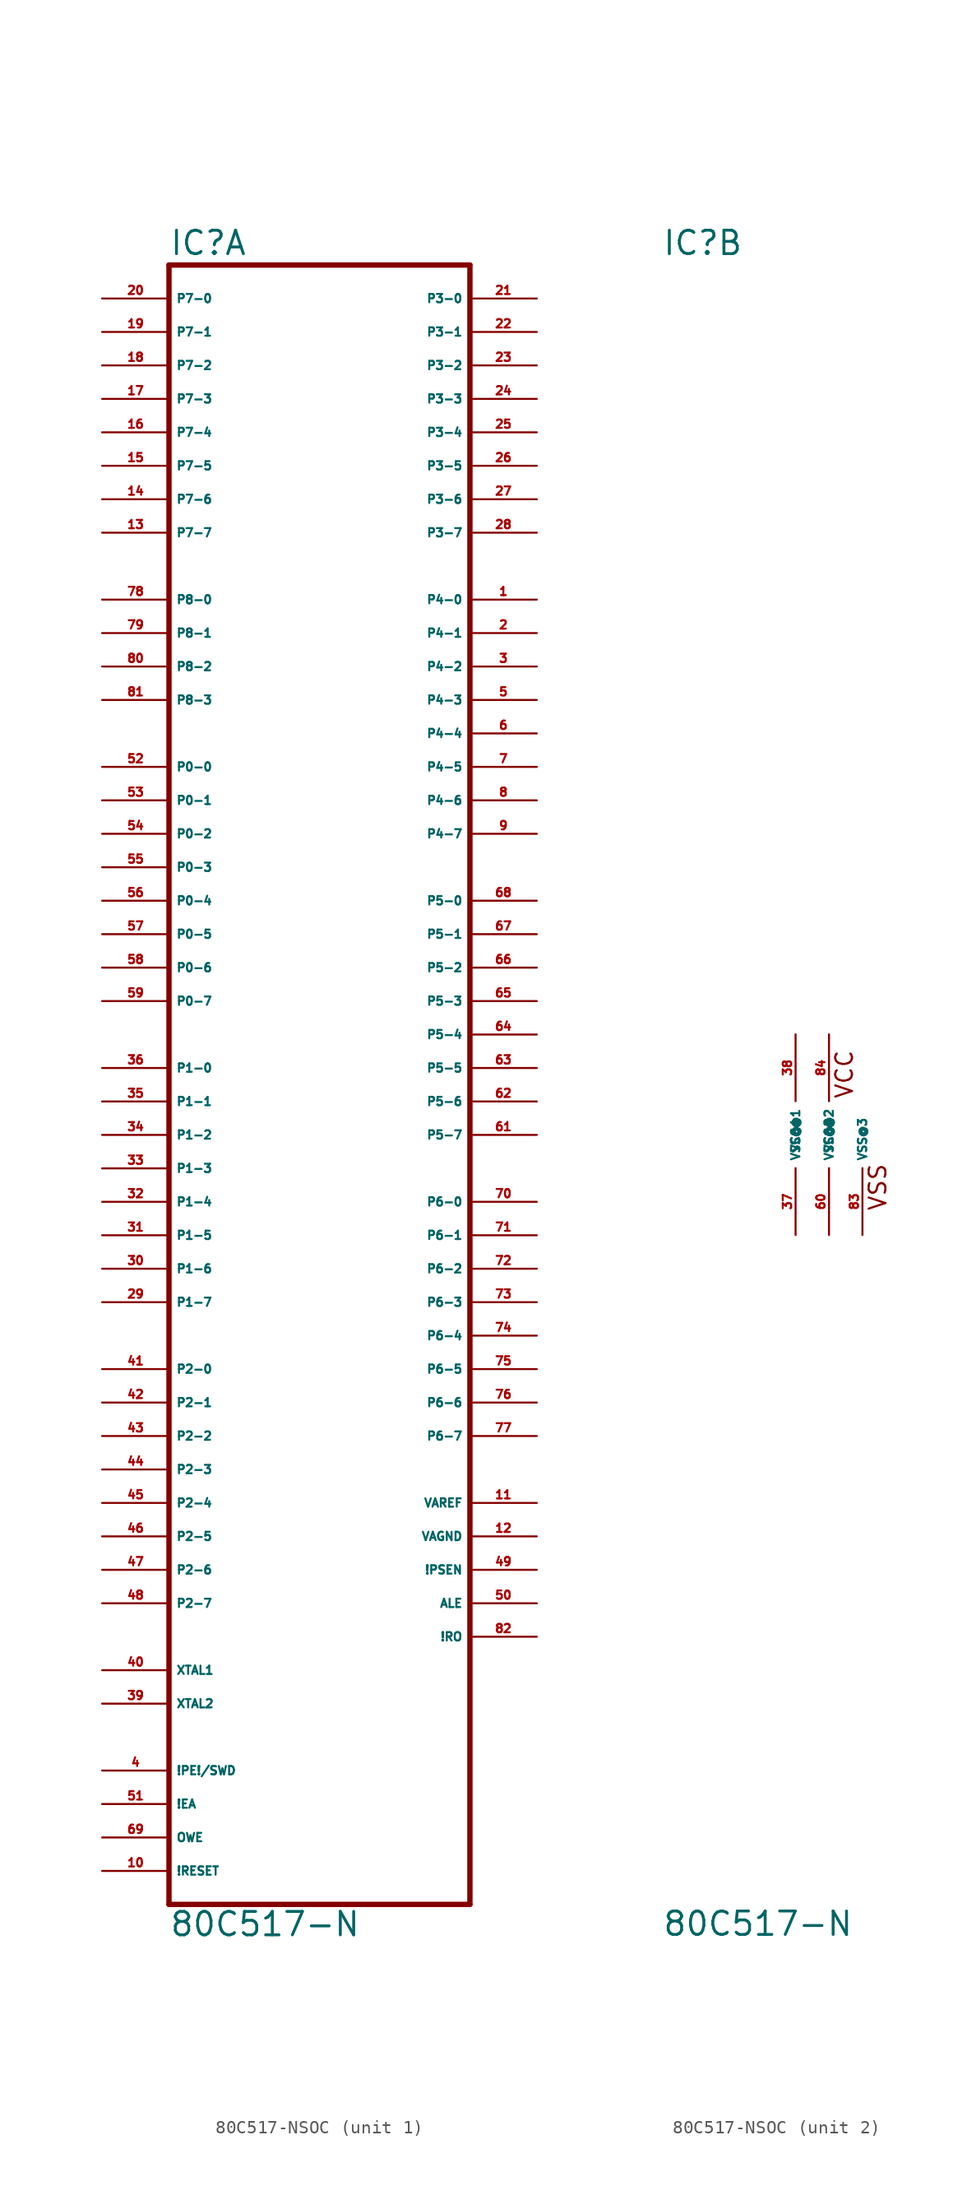
<source format=kicad_sym>
(kicad_symbol_lib
  (version 20220914)
  (generator Eagle2Kicad)
  (symbol "80C517-NSOC"
    (property "Reference" "IC"
      (at -12.7 66.675 0)
      (effects (font (size 1.778 1.778) (thickness 0.22)) (justify left bottom)))
    (property "Value" "80C517-N"
      (at -12.7 -60.96 0)
      (effects (font (size 1.778 1.778) (thickness 0.22)) (justify left bottom)))
    (symbol "80C517-NSOC_1_0"
      (polyline (pts (xy -12.7 -58.42) (xy 10.16 -58.42)) (stroke (width 0.406) (type default)) (fill (type none)))
      (polyline (pts (xy 10.16 -58.42) (xy 10.16 66.04)) (stroke (width 0.406) (type default)) (fill (type none)))
      (polyline (pts (xy 10.16 66.04) (xy -12.7 66.04)) (stroke (width 0.406) (type default)) (fill (type none)))
      (polyline (pts (xy -12.7 66.04) (xy -12.7 -58.42)) (stroke (width 0.406) (type default)) (fill (type none)))
      (pin input line (at -17.78 63.5 0) (length 5.08) (name "P7-0" (effects (font (size 0.635 0.635) (thickness 0.08)) (justify left bottom))) (number "20" (effects (font (size 0.635 0.635) (thickness 0.08)) (justify left bottom))))
      (pin input line (at -17.78 60.96 0) (length 5.08) (name "P7-1" (effects (font (size 0.635 0.635) (thickness 0.08)) (justify left bottom))) (number "19" (effects (font (size 0.635 0.635) (thickness 0.08)) (justify left bottom))))
      (pin input line (at -17.78 58.42 0) (length 5.08) (name "P7-2" (effects (font (size 0.635 0.635) (thickness 0.08)) (justify left bottom))) (number "18" (effects (font (size 0.635 0.635) (thickness 0.08)) (justify left bottom))))
      (pin input line (at -17.78 55.88 0) (length 5.08) (name "P7-3" (effects (font (size 0.635 0.635) (thickness 0.08)) (justify left bottom))) (number "17" (effects (font (size 0.635 0.635) (thickness 0.08)) (justify left bottom))))
      (pin input line (at -17.78 53.34 0) (length 5.08) (name "P7-4" (effects (font (size 0.635 0.635) (thickness 0.08)) (justify left bottom))) (number "16" (effects (font (size 0.635 0.635) (thickness 0.08)) (justify left bottom))))
      (pin input line (at -17.78 50.8 0) (length 5.08) (name "P7-5" (effects (font (size 0.635 0.635) (thickness 0.08)) (justify left bottom))) (number "15" (effects (font (size 0.635 0.635) (thickness 0.08)) (justify left bottom))))
      (pin input line (at -17.78 48.26 0) (length 5.08) (name "P7-6" (effects (font (size 0.635 0.635) (thickness 0.08)) (justify left bottom))) (number "14" (effects (font (size 0.635 0.635) (thickness 0.08)) (justify left bottom))))
      (pin input line (at -17.78 45.72 0) (length 5.08) (name "P7-7" (effects (font (size 0.635 0.635) (thickness 0.08)) (justify left bottom))) (number "13" (effects (font (size 0.635 0.635) (thickness 0.08)) (justify left bottom))))
      (pin bidirectional line (at -17.78 5.08 0) (length 5.08) (name "P1-0" (effects (font (size 0.635 0.635) (thickness 0.08)) (justify left bottom))) (number "36" (effects (font (size 0.635 0.635) (thickness 0.08)) (justify left bottom))))
      (pin bidirectional line (at -17.78 0 0) (length 5.08) (name "P1-2" (effects (font (size 0.635 0.635) (thickness 0.08)) (justify left bottom))) (number "34" (effects (font (size 0.635 0.635) (thickness 0.08)) (justify left bottom))))
      (pin bidirectional line (at -17.78 -2.54 0) (length 5.08) (name "P1-3" (effects (font (size 0.635 0.635) (thickness 0.08)) (justify left bottom))) (number "33" (effects (font (size 0.635 0.635) (thickness 0.08)) (justify left bottom))))
      (pin bidirectional line (at -17.78 -5.08 0) (length 5.08) (name "P1-4" (effects (font (size 0.635 0.635) (thickness 0.08)) (justify left bottom))) (number "32" (effects (font (size 0.635 0.635) (thickness 0.08)) (justify left bottom))))
      (pin bidirectional line (at -17.78 -7.62 0) (length 5.08) (name "P1-5" (effects (font (size 0.635 0.635) (thickness 0.08)) (justify left bottom))) (number "31" (effects (font (size 0.635 0.635) (thickness 0.08)) (justify left bottom))))
      (pin bidirectional line (at -17.78 -10.16 0) (length 5.08) (name "P1-6" (effects (font (size 0.635 0.635) (thickness 0.08)) (justify left bottom))) (number "30" (effects (font (size 0.635 0.635) (thickness 0.08)) (justify left bottom))))
      (pin bidirectional line (at -17.78 -12.7 0) (length 5.08) (name "P1-7" (effects (font (size 0.635 0.635) (thickness 0.08)) (justify left bottom))) (number "29" (effects (font (size 0.635 0.635) (thickness 0.08)) (justify left bottom))))
      (pin bidirectional line (at -17.78 -17.78 0) (length 5.08) (name "P2-0" (effects (font (size 0.635 0.635) (thickness 0.08)) (justify left bottom))) (number "41" (effects (font (size 0.635 0.635) (thickness 0.08)) (justify left bottom))))
      (pin bidirectional line (at -17.78 -20.32 0) (length 5.08) (name "P2-1" (effects (font (size 0.635 0.635) (thickness 0.08)) (justify left bottom))) (number "42" (effects (font (size 0.635 0.635) (thickness 0.08)) (justify left bottom))))
      (pin bidirectional line (at -17.78 -22.86 0) (length 5.08) (name "P2-2" (effects (font (size 0.635 0.635) (thickness 0.08)) (justify left bottom))) (number "43" (effects (font (size 0.635 0.635) (thickness 0.08)) (justify left bottom))))
      (pin bidirectional line (at -17.78 -25.4 0) (length 5.08) (name "P2-3" (effects (font (size 0.635 0.635) (thickness 0.08)) (justify left bottom))) (number "44" (effects (font (size 0.635 0.635) (thickness 0.08)) (justify left bottom))))
      (pin bidirectional line (at -17.78 -27.94 0) (length 5.08) (name "P2-4" (effects (font (size 0.635 0.635) (thickness 0.08)) (justify left bottom))) (number "45" (effects (font (size 0.635 0.635) (thickness 0.08)) (justify left bottom))))
      (pin bidirectional line (at -17.78 -30.48 0) (length 5.08) (name "P2-5" (effects (font (size 0.635 0.635) (thickness 0.08)) (justify left bottom))) (number "46" (effects (font (size 0.635 0.635) (thickness 0.08)) (justify left bottom))))
      (pin bidirectional line (at -17.78 -33.02 0) (length 5.08) (name "P2-6" (effects (font (size 0.635 0.635) (thickness 0.08)) (justify left bottom))) (number "47" (effects (font (size 0.635 0.635) (thickness 0.08)) (justify left bottom))))
      (pin bidirectional line (at -17.78 -35.56 0) (length 5.08) (name "P2-7" (effects (font (size 0.635 0.635) (thickness 0.08)) (justify left bottom))) (number "48" (effects (font (size 0.635 0.635) (thickness 0.08)) (justify left bottom))))
      (pin bidirectional line (at 15.24 63.5 180) (length 5.08) (name "P3-0" (effects (font (size 0.635 0.635) (thickness 0.08)) (justify left bottom))) (number "21" (effects (font (size 0.635 0.635) (thickness 0.08)) (justify left bottom))))
      (pin bidirectional line (at 15.24 60.96 180) (length 5.08) (name "P3-1" (effects (font (size 0.635 0.635) (thickness 0.08)) (justify left bottom))) (number "22" (effects (font (size 0.635 0.635) (thickness 0.08)) (justify left bottom))))
      (pin bidirectional line (at 15.24 58.42 180) (length 5.08) (name "P3-2" (effects (font (size 0.635 0.635) (thickness 0.08)) (justify left bottom))) (number "23" (effects (font (size 0.635 0.635) (thickness 0.08)) (justify left bottom))))
      (pin bidirectional line (at 15.24 55.88 180) (length 5.08) (name "P3-3" (effects (font (size 0.635 0.635) (thickness 0.08)) (justify left bottom))) (number "24" (effects (font (size 0.635 0.635) (thickness 0.08)) (justify left bottom))))
      (pin bidirectional line (at 15.24 53.34 180) (length 5.08) (name "P3-4" (effects (font (size 0.635 0.635) (thickness 0.08)) (justify left bottom))) (number "25" (effects (font (size 0.635 0.635) (thickness 0.08)) (justify left bottom))))
      (pin bidirectional line (at 15.24 50.8 180) (length 5.08) (name "P3-5" (effects (font (size 0.635 0.635) (thickness 0.08)) (justify left bottom))) (number "26" (effects (font (size 0.635 0.635) (thickness 0.08)) (justify left bottom))))
      (pin bidirectional line (at 15.24 48.26 180) (length 5.08) (name "P3-6" (effects (font (size 0.635 0.635) (thickness 0.08)) (justify left bottom))) (number "27" (effects (font (size 0.635 0.635) (thickness 0.08)) (justify left bottom))))
      (pin bidirectional line (at 15.24 45.72 180) (length 5.08) (name "P3-7" (effects (font (size 0.635 0.635) (thickness 0.08)) (justify left bottom))) (number "28" (effects (font (size 0.635 0.635) (thickness 0.08)) (justify left bottom))))
      (pin bidirectional line (at -17.78 2.54 0) (length 5.08) (name "P1-1" (effects (font (size 0.635 0.635) (thickness 0.08)) (justify left bottom))) (number "35" (effects (font (size 0.635 0.635) (thickness 0.08)) (justify left bottom))))
      (pin bidirectional line (at 15.24 40.64 180) (length 5.08) (name "P4-0" (effects (font (size 0.635 0.635) (thickness 0.08)) (justify left bottom))) (number "1" (effects (font (size 0.635 0.635) (thickness 0.08)) (justify left bottom))))
      (pin bidirectional line (at 15.24 38.1 180) (length 5.08) (name "P4-1" (effects (font (size 0.635 0.635) (thickness 0.08)) (justify left bottom))) (number "2" (effects (font (size 0.635 0.635) (thickness 0.08)) (justify left bottom))))
      (pin bidirectional line (at 15.24 35.56 180) (length 5.08) (name "P4-2" (effects (font (size 0.635 0.635) (thickness 0.08)) (justify left bottom))) (number "3" (effects (font (size 0.635 0.635) (thickness 0.08)) (justify left bottom))))
      (pin bidirectional line (at 15.24 33.02 180) (length 5.08) (name "P4-3" (effects (font (size 0.635 0.635) (thickness 0.08)) (justify left bottom))) (number "5" (effects (font (size 0.635 0.635) (thickness 0.08)) (justify left bottom))))
      (pin bidirectional line (at 15.24 30.48 180) (length 5.08) (name "P4-4" (effects (font (size 0.635 0.635) (thickness 0.08)) (justify left bottom))) (number "6" (effects (font (size 0.635 0.635) (thickness 0.08)) (justify left bottom))))
      (pin bidirectional line (at 15.24 27.94 180) (length 5.08) (name "P4-5" (effects (font (size 0.635 0.635) (thickness 0.08)) (justify left bottom))) (number "7" (effects (font (size 0.635 0.635) (thickness 0.08)) (justify left bottom))))
      (pin bidirectional line (at 15.24 25.4 180) (length 5.08) (name "P4-6" (effects (font (size 0.635 0.635) (thickness 0.08)) (justify left bottom))) (number "8" (effects (font (size 0.635 0.635) (thickness 0.08)) (justify left bottom))))
      (pin bidirectional line (at 15.24 22.86 180) (length 5.08) (name "P4-7" (effects (font (size 0.635 0.635) (thickness 0.08)) (justify left bottom))) (number "9" (effects (font (size 0.635 0.635) (thickness 0.08)) (justify left bottom))))
      (pin bidirectional line (at -17.78 27.94 0) (length 5.08) (name "P0-0" (effects (font (size 0.635 0.635) (thickness 0.08)) (justify left bottom))) (number "52" (effects (font (size 0.635 0.635) (thickness 0.08)) (justify left bottom))))
      (pin bidirectional line (at -17.78 25.4 0) (length 5.08) (name "P0-1" (effects (font (size 0.635 0.635) (thickness 0.08)) (justify left bottom))) (number "53" (effects (font (size 0.635 0.635) (thickness 0.08)) (justify left bottom))))
      (pin bidirectional line (at -17.78 22.86 0) (length 5.08) (name "P0-2" (effects (font (size 0.635 0.635) (thickness 0.08)) (justify left bottom))) (number "54" (effects (font (size 0.635 0.635) (thickness 0.08)) (justify left bottom))))
      (pin bidirectional line (at -17.78 20.32 0) (length 5.08) (name "P0-3" (effects (font (size 0.635 0.635) (thickness 0.08)) (justify left bottom))) (number "55" (effects (font (size 0.635 0.635) (thickness 0.08)) (justify left bottom))))
      (pin bidirectional line (at -17.78 17.78 0) (length 5.08) (name "P0-4" (effects (font (size 0.635 0.635) (thickness 0.08)) (justify left bottom))) (number "56" (effects (font (size 0.635 0.635) (thickness 0.08)) (justify left bottom))))
      (pin bidirectional line (at -17.78 15.24 0) (length 5.08) (name "P0-5" (effects (font (size 0.635 0.635) (thickness 0.08)) (justify left bottom))) (number "57" (effects (font (size 0.635 0.635) (thickness 0.08)) (justify left bottom))))
      (pin bidirectional line (at -17.78 12.7 0) (length 5.08) (name "P0-6" (effects (font (size 0.635 0.635) (thickness 0.08)) (justify left bottom))) (number "58" (effects (font (size 0.635 0.635) (thickness 0.08)) (justify left bottom))))
      (pin bidirectional line (at -17.78 10.16 0) (length 5.08) (name "P0-7" (effects (font (size 0.635 0.635) (thickness 0.08)) (justify left bottom))) (number "59" (effects (font (size 0.635 0.635) (thickness 0.08)) (justify left bottom))))
      (pin bidirectional line (at 15.24 17.78 180) (length 5.08) (name "P5-0" (effects (font (size 0.635 0.635) (thickness 0.08)) (justify left bottom))) (number "68" (effects (font (size 0.635 0.635) (thickness 0.08)) (justify left bottom))))
      (pin bidirectional line (at 15.24 15.24 180) (length 5.08) (name "P5-1" (effects (font (size 0.635 0.635) (thickness 0.08)) (justify left bottom))) (number "67" (effects (font (size 0.635 0.635) (thickness 0.08)) (justify left bottom))))
      (pin bidirectional line (at 15.24 12.7 180) (length 5.08) (name "P5-2" (effects (font (size 0.635 0.635) (thickness 0.08)) (justify left bottom))) (number "66" (effects (font (size 0.635 0.635) (thickness 0.08)) (justify left bottom))))
      (pin bidirectional line (at 15.24 10.16 180) (length 5.08) (name "P5-3" (effects (font (size 0.635 0.635) (thickness 0.08)) (justify left bottom))) (number "65" (effects (font (size 0.635 0.635) (thickness 0.08)) (justify left bottom))))
      (pin bidirectional line (at 15.24 7.62 180) (length 5.08) (name "P5-4" (effects (font (size 0.635 0.635) (thickness 0.08)) (justify left bottom))) (number "64" (effects (font (size 0.635 0.635) (thickness 0.08)) (justify left bottom))))
      (pin bidirectional line (at 15.24 5.08 180) (length 5.08) (name "P5-5" (effects (font (size 0.635 0.635) (thickness 0.08)) (justify left bottom))) (number "63" (effects (font (size 0.635 0.635) (thickness 0.08)) (justify left bottom))))
      (pin bidirectional line (at 15.24 2.54 180) (length 5.08) (name "P5-6" (effects (font (size 0.635 0.635) (thickness 0.08)) (justify left bottom))) (number "62" (effects (font (size 0.635 0.635) (thickness 0.08)) (justify left bottom))))
      (pin bidirectional line (at 15.24 0 180) (length 5.08) (name "P5-7" (effects (font (size 0.635 0.635) (thickness 0.08)) (justify left bottom))) (number "61" (effects (font (size 0.635 0.635) (thickness 0.08)) (justify left bottom))))
      (pin bidirectional line (at 15.24 -5.08 180) (length 5.08) (name "P6-0" (effects (font (size 0.635 0.635) (thickness 0.08)) (justify left bottom))) (number "70" (effects (font (size 0.635 0.635) (thickness 0.08)) (justify left bottom))))
      (pin bidirectional line (at 15.24 -7.62 180) (length 5.08) (name "P6-1" (effects (font (size 0.635 0.635) (thickness 0.08)) (justify left bottom))) (number "71" (effects (font (size 0.635 0.635) (thickness 0.08)) (justify left bottom))))
      (pin bidirectional line (at 15.24 -10.16 180) (length 5.08) (name "P6-2" (effects (font (size 0.635 0.635) (thickness 0.08)) (justify left bottom))) (number "72" (effects (font (size 0.635 0.635) (thickness 0.08)) (justify left bottom))))
      (pin bidirectional line (at 15.24 -12.7 180) (length 5.08) (name "P6-3" (effects (font (size 0.635 0.635) (thickness 0.08)) (justify left bottom))) (number "73" (effects (font (size 0.635 0.635) (thickness 0.08)) (justify left bottom))))
      (pin bidirectional line (at 15.24 -15.24 180) (length 5.08) (name "P6-4" (effects (font (size 0.635 0.635) (thickness 0.08)) (justify left bottom))) (number "74" (effects (font (size 0.635 0.635) (thickness 0.08)) (justify left bottom))))
      (pin bidirectional line (at 15.24 -17.78 180) (length 5.08) (name "P6-5" (effects (font (size 0.635 0.635) (thickness 0.08)) (justify left bottom))) (number "75" (effects (font (size 0.635 0.635) (thickness 0.08)) (justify left bottom))))
      (pin bidirectional line (at 15.24 -20.32 180) (length 5.08) (name "P6-6" (effects (font (size 0.635 0.635) (thickness 0.08)) (justify left bottom))) (number "76" (effects (font (size 0.635 0.635) (thickness 0.08)) (justify left bottom))))
      (pin bidirectional line (at 15.24 -22.86 180) (length 5.08) (name "P6-7" (effects (font (size 0.635 0.635) (thickness 0.08)) (justify left bottom))) (number "77" (effects (font (size 0.635 0.635) (thickness 0.08)) (justify left bottom))))
      (pin input line (at -17.78 40.64 0) (length 5.08) (name "P8-0" (effects (font (size 0.635 0.635) (thickness 0.08)) (justify left bottom))) (number "78" (effects (font (size 0.635 0.635) (thickness 0.08)) (justify left bottom))))
      (pin input line (at -17.78 38.1 0) (length 5.08) (name "P8-1" (effects (font (size 0.635 0.635) (thickness 0.08)) (justify left bottom))) (number "79" (effects (font (size 0.635 0.635) (thickness 0.08)) (justify left bottom))))
      (pin input line (at -17.78 35.56 0) (length 5.08) (name "P8-2" (effects (font (size 0.635 0.635) (thickness 0.08)) (justify left bottom))) (number "80" (effects (font (size 0.635 0.635) (thickness 0.08)) (justify left bottom))))
      (pin input line (at -17.78 33.02 0) (length 5.08) (name "P8-3" (effects (font (size 0.635 0.635) (thickness 0.08)) (justify left bottom))) (number "81" (effects (font (size 0.635 0.635) (thickness 0.08)) (justify left bottom))))
      (pin input line (at -17.78 -48.26 0) (length 5.08) (name "!PE!/SWD" (effects (font (size 0.635 0.635) (thickness 0.08)) (justify left bottom))) (number "4" (effects (font (size 0.635 0.635) (thickness 0.08)) (justify left bottom))))
      (pin input line (at -17.78 -55.88 0) (length 5.08) (name "!RESET" (effects (font (size 0.635 0.635) (thickness 0.08)) (justify left bottom))) (number "10" (effects (font (size 0.635 0.635) (thickness 0.08)) (justify left bottom))))
      (pin passive line (at 15.24 -27.94 180) (length 5.08) (name "VAREF" (effects (font (size 0.635 0.635) (thickness 0.08)) (justify left bottom))) (number "11" (effects (font (size 0.635 0.635) (thickness 0.08)) (justify left bottom))))
      (pin passive line (at 15.24 -30.48 180) (length 5.08) (name "VAGND" (effects (font (size 0.635 0.635) (thickness 0.08)) (justify left bottom))) (number "12" (effects (font (size 0.635 0.635) (thickness 0.08)) (justify left bottom))))
      (pin passive line (at -17.78 -40.64 0) (length 5.08) (name "XTAL1" (effects (font (size 0.635 0.635) (thickness 0.08)) (justify left bottom))) (number "40" (effects (font (size 0.635 0.635) (thickness 0.08)) (justify left bottom))))
      (pin passive line (at -17.78 -43.18 0) (length 5.08) (name "XTAL2" (effects (font (size 0.635 0.635) (thickness 0.08)) (justify left bottom))) (number "39" (effects (font (size 0.635 0.635) (thickness 0.08)) (justify left bottom))))
      (pin output line (at 15.24 -33.02 180) (length 5.08) (name "!PSEN" (effects (font (size 0.635 0.635) (thickness 0.08)) (justify left bottom))) (number "49" (effects (font (size 0.635 0.635) (thickness 0.08)) (justify left bottom))))
      (pin output line (at 15.24 -35.56 180) (length 5.08) (name "ALE" (effects (font (size 0.635 0.635) (thickness 0.08)) (justify left bottom))) (number "50" (effects (font (size 0.635 0.635) (thickness 0.08)) (justify left bottom))))
      (pin input line (at -17.78 -50.8 0) (length 5.08) (name "!EA" (effects (font (size 0.635 0.635) (thickness 0.08)) (justify left bottom))) (number "51" (effects (font (size 0.635 0.635) (thickness 0.08)) (justify left bottom))))
      (pin input line (at -17.78 -53.34 0) (length 5.08) (name "OWE" (effects (font (size 0.635 0.635) (thickness 0.08)) (justify left bottom))) (number "69" (effects (font (size 0.635 0.635) (thickness 0.08)) (justify left bottom))))
      (pin output line (at 15.24 -38.1 180) (length 5.08) (name "!RO" (effects (font (size 0.635 0.635) (thickness 0.08)) (justify left bottom))) (number "82" (effects (font (size 0.635 0.635) (thickness 0.08)) (justify left bottom)))))
    (symbol "80C517-NSOC_2_0"
      (text "VCC" (at 1.905 2.667 900) (effects (font (size 1.27 1.27) (thickness 0.16)) (justify left bottom)))
      (text "VSS" (at 4.445 -5.842 900) (effects (font (size 1.27 1.27) (thickness 0.16)) (justify left bottom)))
      (pin unspecified line (at -2.54 7.62 270) (length 5.08) (name "VCC@1" (effects (font (size 0.635 0.635) (thickness 0.08)) (justify left bottom))) (number "38" (effects (font (size 0.635 0.635) (thickness 0.08)) (justify left bottom))))
      (pin unspecified line (at -2.54 -7.62 90) (length 5.08) (name "VSS@1" (effects (font (size 0.635 0.635) (thickness 0.08)) (justify left bottom))) (number "37" (effects (font (size 0.635 0.635) (thickness 0.08)) (justify left bottom))))
      (pin unspecified line (at 0 -7.62 90) (length 5.08) (name "VSS@2" (effects (font (size 0.635 0.635) (thickness 0.08)) (justify left bottom))) (number "60" (effects (font (size 0.635 0.635) (thickness 0.08)) (justify left bottom))))
      (pin unspecified line (at 0 7.62 270) (length 5.08) (name "VCC@2" (effects (font (size 0.635 0.635) (thickness 0.08)) (justify left bottom))) (number "84" (effects (font (size 0.635 0.635) (thickness 0.08)) (justify left bottom))))
      (pin unspecified line (at 2.54 -7.62 90) (length 5.08) (name "VSS@3" (effects (font (size 0.635 0.635) (thickness 0.08)) (justify left bottom))) (number "83" (effects (font (size 0.635 0.635) (thickness 0.08)) (justify left bottom)))))))
</source>
